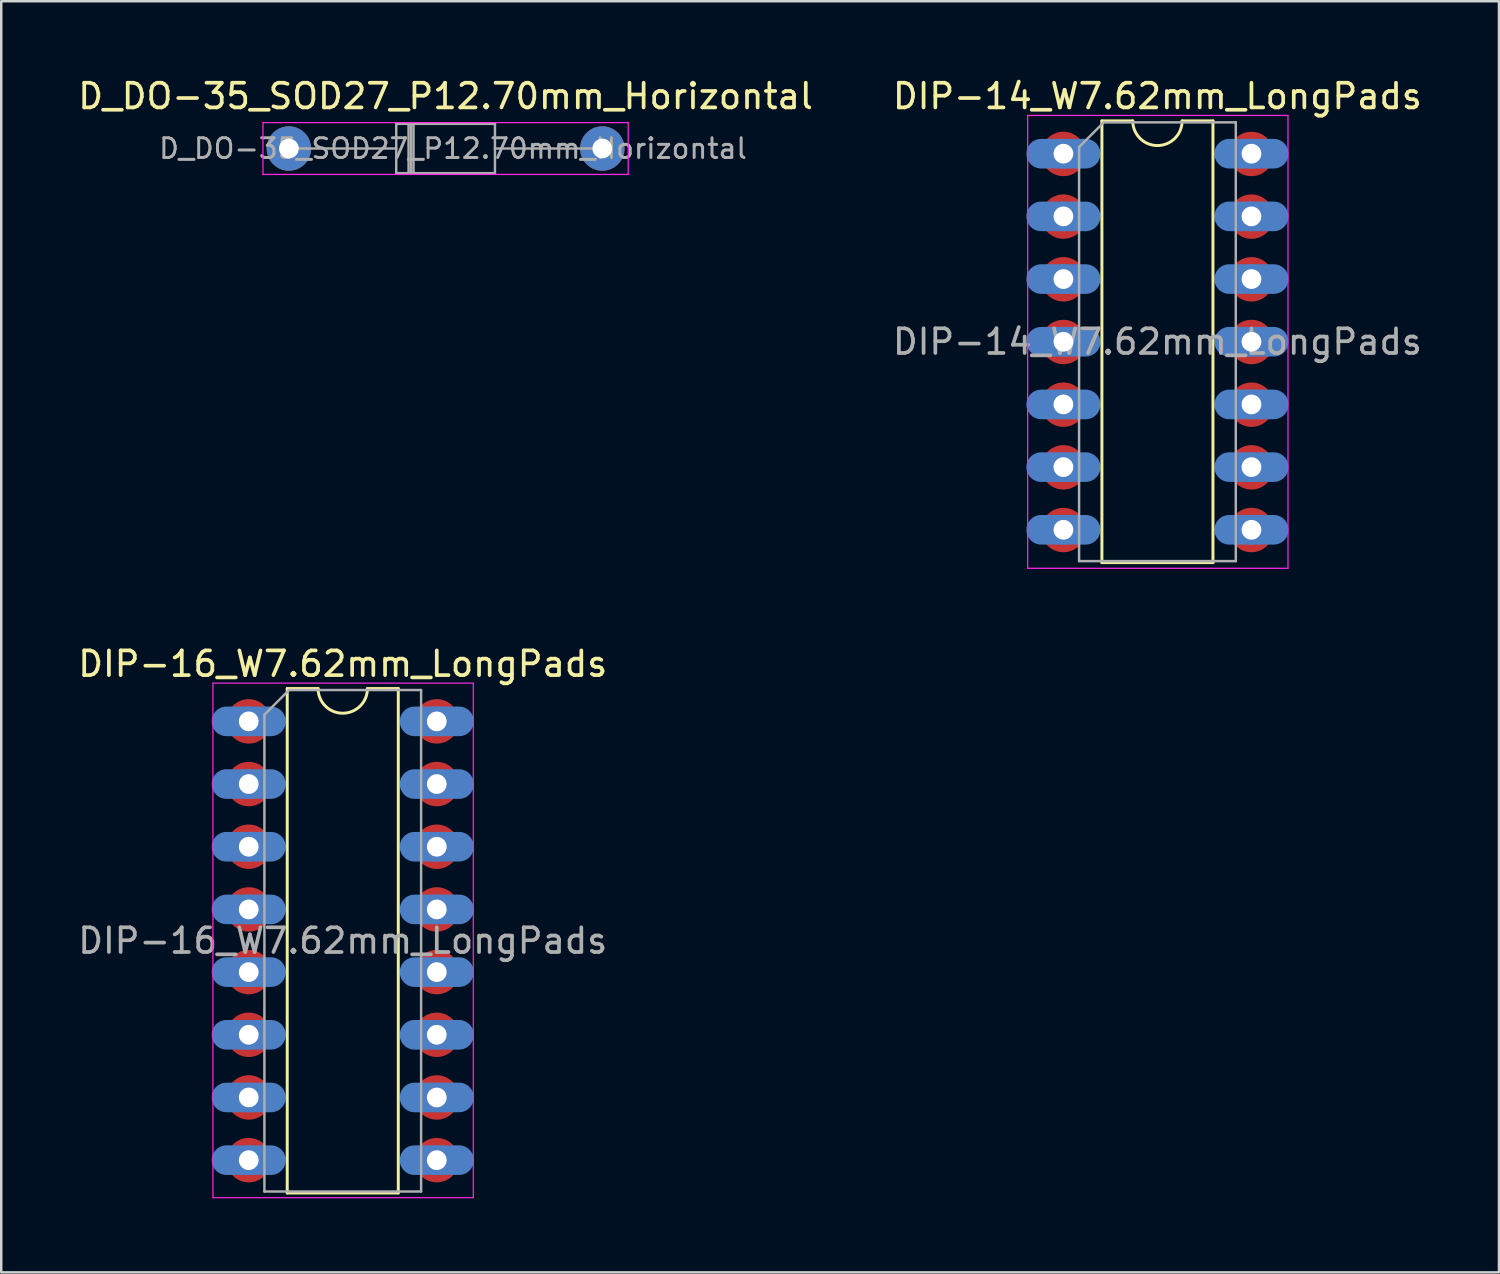
<source format=kicad_pcb>
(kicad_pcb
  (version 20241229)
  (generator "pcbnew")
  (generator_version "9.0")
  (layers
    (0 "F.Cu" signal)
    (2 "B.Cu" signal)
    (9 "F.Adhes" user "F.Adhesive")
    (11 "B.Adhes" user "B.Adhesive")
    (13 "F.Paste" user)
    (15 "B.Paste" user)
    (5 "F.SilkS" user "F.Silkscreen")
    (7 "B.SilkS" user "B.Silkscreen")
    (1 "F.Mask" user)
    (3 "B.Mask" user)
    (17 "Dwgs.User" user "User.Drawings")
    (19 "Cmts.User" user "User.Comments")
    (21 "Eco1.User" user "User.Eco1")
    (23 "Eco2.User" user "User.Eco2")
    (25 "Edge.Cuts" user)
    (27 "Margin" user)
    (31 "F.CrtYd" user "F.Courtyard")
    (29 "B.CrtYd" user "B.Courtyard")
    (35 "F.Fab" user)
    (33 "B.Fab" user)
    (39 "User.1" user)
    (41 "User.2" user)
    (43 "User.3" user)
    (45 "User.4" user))
  (footprint "D_DO-35_SOD27_P12.70mm_Horizontal"
    (layer "F.Cu")
    (at 8.656 2.968)
    (property "Reference" "D_DO-35_SOD27_P12.70mm_Horizontal" (at 6.35 -2.12 0) (layer "F.SilkS") (effects (font (size 1 1) (thickness 0.15))))
    (attr through_hole)
    (fp_line (start -1.05 -1.05) (end -1.05 1.05) (stroke (width 0.05) (type solid)) (layer "F.CrtYd"))
    (fp_line (start -1.05 1.05) (end 13.75 1.05) (stroke (width 0.05) (type solid)) (layer "F.CrtYd"))
    (fp_line (start 13.75 -1.05) (end -1.05 -1.05) (stroke (width 0.05) (type solid)) (layer "F.CrtYd"))
    (fp_line (start 13.75 1.05) (end 13.75 -1.05) (stroke (width 0.05) (type solid)) (layer "F.CrtYd"))
    (fp_line (start 0 0) (end 4.35 0) (stroke (width 0.1) (type solid)) (layer "F.Fab"))
    (fp_line (start 4.35 -1) (end 4.35 1) (stroke (width 0.1) (type solid)) (layer "F.Fab"))
    (fp_line (start 4.35 1) (end 8.35 1) (stroke (width 0.1) (type solid)) (layer "F.Fab"))
    (fp_line (start 4.85 -1) (end 4.85 1) (stroke (width 0.1) (type solid)) (layer "F.Fab"))
    (fp_line (start 4.95 -1) (end 4.95 1) (stroke (width 0.1) (type solid)) (layer "F.Fab"))
    (fp_line (start 5.05 -1) (end 5.05 1) (stroke (width 0.1) (type solid)) (layer "F.Fab"))
    (fp_line (start 8.35 -1) (end 4.35 -1) (stroke (width 0.1) (type solid)) (layer "F.Fab"))
    (fp_line (start 8.35 1) (end 8.35 -1) (stroke (width 0.1) (type solid)) (layer "F.Fab"))
    (fp_line (start 12.7 0) (end 8.35 0) (stroke (width 0.1) (type solid)) (layer "F.Fab"))
    (fp_text user "${REFERENCE}" (at 6.65 0 0) (layer "F.Fab") (effects (font (size 0.8 0.8) (thickness 0.12))))
    (pad "1" thru_hole circle (at 0 0) (size 1.8 1.8) (drill 0.8) (layers "*.Cu" "*.Mask"))
    (pad "2" thru_hole circle (at 12.7 0) (size 1.8 1.8) (drill 0.8) (layers "*.Cu" "*.Mask")))
  (footprint "DIP-14_W7.62mm_LongPads"
    (layer "F.Cu")
    (at 40.041 3.178)
    (property "Reference" "DIP-14_W7.62mm_LongPads" (at 3.81 -2.33 0) (layer "F.SilkS") (effects (font (size 1 1) (thickness 0.15))))
    (attr through_hole)
    (fp_line (start 1.56 -1.33) (end 1.56 16.57) (stroke (width 0.12) (type solid)) (layer "F.SilkS"))
    (fp_line (start 1.56 16.57) (end 6.06 16.57) (stroke (width 0.12) (type solid)) (layer "F.SilkS"))
    (fp_line (start 2.81 -1.33) (end 1.56 -1.33) (stroke (width 0.12) (type solid)) (layer "F.SilkS"))
    (fp_line (start 6.06 -1.33) (end 4.81 -1.33) (stroke (width 0.12) (type solid)) (layer "F.SilkS"))
    (fp_line (start 6.06 16.57) (end 6.06 -1.33) (stroke (width 0.12) (type solid)) (layer "F.SilkS"))
    (fp_arc (start 4.81 -1.33) (mid 3.81 -0.33) (end 2.81 -1.33) (stroke (width 0.12) (type solid)) (layer "F.SilkS"))
    (fp_line (start -1.45 -1.55) (end -1.45 16.8) (stroke (width 0.05) (type solid)) (layer "F.CrtYd"))
    (fp_line (start -1.45 16.8) (end 9.1 16.8) (stroke (width 0.05) (type solid)) (layer "F.CrtYd"))
    (fp_line (start 9.1 -1.55) (end -1.45 -1.55) (stroke (width 0.05) (type solid)) (layer "F.CrtYd"))
    (fp_line (start 9.1 16.8) (end 9.1 -1.55) (stroke (width 0.05) (type solid)) (layer "F.CrtYd"))
    (fp_line (start 0.635 -0.27) (end 1.635 -1.27) (stroke (width 0.1) (type solid)) (layer "F.Fab"))
    (fp_line (start 0.635 16.51) (end 0.635 -0.27) (stroke (width 0.1) (type solid)) (layer "F.Fab"))
    (fp_line (start 1.635 -1.27) (end 6.985 -1.27) (stroke (width 0.1) (type solid)) (layer "F.Fab"))
    (fp_line (start 6.985 -1.27) (end 6.985 16.51) (stroke (width 0.1) (type solid)) (layer "F.Fab"))
    (fp_line (start 6.985 16.51) (end 0.635 16.51) (stroke (width 0.1) (type solid)) (layer "F.Fab"))
    (fp_text user "${REFERENCE}" (at 3.81 7.62 0) (layer "F.Fab") (effects (font (size 1 1) (thickness 0.15))))
    (pad "1" thru_hole circle (at 0 0) (size 1.2 1.2) (drill 0.8) (layers "*.Cu" "*.Mask"))
    (pad "1" smd oval (at 0 0) (size 3 1.2) (layers "B.Cu"))
    (pad "1" smd circle (at 0 0.01) (size 1.8 1.8) (layers "F.Cu"))
    (pad "2" thru_hole circle (at 0 2.54) (size 1.2 1.2) (drill 0.8) (layers "*.Cu" "*.Mask"))
    (pad "2" smd oval (at 0 2.54) (size 3 1.2) (layers "B.Cu"))
    (pad "2" smd circle (at 0 2.55) (size 1.8 1.8) (layers "F.Cu"))
    (pad "3" thru_hole circle (at 0 5.08) (size 1.2 1.2) (drill 0.8) (layers "*.Cu" "*.Mask"))
    (pad "3" smd oval (at 0 5.08) (size 3 1.2) (layers "B.Cu"))
    (pad "3" smd circle (at 0 5.09) (size 1.8 1.8) (layers "F.Cu"))
    (pad "4" thru_hole circle (at 0 7.62) (size 1.2 1.2) (drill 0.8) (layers "*.Cu" "*.Mask"))
    (pad "4" smd oval (at 0 7.62) (size 3 1.2) (layers "B.Cu"))
    (pad "4" smd circle (at 0 7.63) (size 1.8 1.8) (layers "F.Cu"))
    (pad "5" thru_hole circle (at 0 10.16) (size 1.2 1.2) (drill 0.8) (layers "*.Cu" "*.Mask"))
    (pad "5" smd oval (at 0 10.16) (size 3 1.2) (layers "B.Cu"))
    (pad "5" smd circle (at 0 10.17) (size 1.8 1.8) (layers "F.Cu"))
    (pad "6" thru_hole circle (at 0 12.7) (size 1.2 1.2) (drill 0.8) (layers "*.Cu" "*.Mask"))
    (pad "6" smd oval (at 0 12.7) (size 3 1.2) (layers "B.Cu"))
    (pad "6" smd circle (at 0 12.71) (size 1.8 1.8) (layers "F.Cu"))
    (pad "7" thru_hole circle (at 0 15.24) (size 1.2 1.2) (drill 0.8) (layers "*.Cu" "*.Mask"))
    (pad "7" smd oval (at 0 15.24) (size 3 1.2) (layers "B.Cu"))
    (pad "7" smd circle (at 0 15.25) (size 1.8 1.8) (layers "F.Cu"))
    (pad "8" thru_hole circle (at 7.62 15.24) (size 1.2 1.2) (drill 0.8) (layers "*.Cu" "*.Mask"))
    (pad "8" smd oval (at 7.62 15.24) (size 3 1.2) (layers "B.Cu"))
    (pad "8" smd circle (at 7.62 15.25) (size 1.8 1.8) (layers "F.Cu"))
    (pad "9" thru_hole circle (at 7.62 12.7) (size 1.2 1.2) (drill 0.8) (layers "*.Cu" "*.Mask"))
    (pad "9" smd oval (at 7.62 12.7) (size 3 1.2) (layers "B.Cu"))
    (pad "9" smd circle (at 7.62 12.71) (size 1.8 1.8) (layers "F.Cu"))
    (pad "10" thru_hole circle (at 7.62 10.16) (size 1.2 1.2) (drill 0.8) (layers "*.Cu" "*.Mask"))
    (pad "10" smd oval (at 7.62 10.16) (size 3 1.2) (layers "B.Cu"))
    (pad "10" smd circle (at 7.62 10.17) (size 1.8 1.8) (layers "F.Cu"))
    (pad "11" thru_hole circle (at 7.62 7.62) (size 1.2 1.2) (drill 0.8) (layers "*.Cu" "*.Mask"))
    (pad "11" smd oval (at 7.62 7.62) (size 3 1.2) (layers "B.Cu"))
    (pad "11" smd circle (at 7.62 7.63) (size 1.8 1.8) (layers "F.Cu"))
    (pad "12" thru_hole circle (at 7.62 5.08) (size 1.2 1.2) (drill 0.8) (layers "*.Cu" "*.Mask"))
    (pad "12" smd oval (at 7.62 5.08) (size 3 1.2) (layers "B.Cu"))
    (pad "12" smd circle (at 7.62 5.09) (size 1.8 1.8) (layers "F.Cu"))
    (pad "13" thru_hole circle (at 7.62 2.54) (size 1.2 1.2) (drill 0.8) (layers "*.Cu" "*.Mask"))
    (pad "13" smd oval (at 7.62 2.54) (size 3 1.2) (layers "B.Cu"))
    (pad "13" smd circle (at 7.62 2.55) (size 1.8 1.8) (layers "F.Cu"))
    (pad "14" thru_hole circle (at 7.62 0) (size 1.2 1.2) (drill 0.8) (layers "*.Cu" "*.Mask"))
    (pad "14" smd oval (at 7.62 0) (size 3 1.2) (layers "B.Cu"))
    (pad "14" smd circle (at 7.62 0.01) (size 1.8 1.8) (layers "F.Cu")))
  (footprint "DIP-16_W7.62mm_LongPads"
    (layer "F.Cu")
    (at 7.029 26.181)
    (property "Reference" "DIP-16_W7.62mm_LongPads" (at 3.81 -2.33 0) (layer "F.SilkS") (effects (font (size 1 1) (thickness 0.15))))
    (attr through_hole)
    (fp_line (start 1.56 -1.33) (end 1.56 19.11) (stroke (width 0.12) (type solid)) (layer "F.SilkS"))
    (fp_line (start 1.56 19.11) (end 6.06 19.11) (stroke (width 0.12) (type solid)) (layer "F.SilkS"))
    (fp_line (start 2.81 -1.33) (end 1.56 -1.33) (stroke (width 0.12) (type solid)) (layer "F.SilkS"))
    (fp_line (start 6.06 -1.33) (end 4.81 -1.33) (stroke (width 0.12) (type solid)) (layer "F.SilkS"))
    (fp_line (start 6.06 19.11) (end 6.06 -1.33) (stroke (width 0.12) (type solid)) (layer "F.SilkS"))
    (fp_arc (start 4.81 -1.33) (mid 3.81 -0.33) (end 2.81 -1.33) (stroke (width 0.12) (type solid)) (layer "F.SilkS"))
    (fp_line (start -1.45 -1.55) (end -1.45 19.3) (stroke (width 0.05) (type solid)) (layer "F.CrtYd"))
    (fp_line (start -1.45 19.3) (end 9.1 19.3) (stroke (width 0.05) (type solid)) (layer "F.CrtYd"))
    (fp_line (start 9.1 -1.55) (end -1.45 -1.55) (stroke (width 0.05) (type solid)) (layer "F.CrtYd"))
    (fp_line (start 9.1 19.3) (end 9.1 -1.55) (stroke (width 0.05) (type solid)) (layer "F.CrtYd"))
    (fp_line (start 0.635 -0.27) (end 1.635 -1.27) (stroke (width 0.1) (type solid)) (layer "F.Fab"))
    (fp_line (start 0.635 19.05) (end 0.635 -0.27) (stroke (width 0.1) (type solid)) (layer "F.Fab"))
    (fp_line (start 1.635 -1.27) (end 6.985 -1.27) (stroke (width 0.1) (type solid)) (layer "F.Fab"))
    (fp_line (start 6.985 -1.27) (end 6.985 19.05) (stroke (width 0.1) (type solid)) (layer "F.Fab"))
    (fp_line (start 6.985 19.05) (end 0.635 19.05) (stroke (width 0.1) (type solid)) (layer "F.Fab"))
    (fp_text user "${REFERENCE}" (at 3.81 8.89 0) (layer "F.Fab") (effects (font (size 1 1) (thickness 0.15))))
    (pad "1" thru_hole circle (at 0 0) (size 1.2 1.2) (drill 0.8) (layers "*.Cu" "*.Mask"))
    (pad "1" smd circle (at 0 0) (size 1.8 1.8) (layers "F.Cu" "F.Mask"))
    (pad "1" smd oval (at 0 0) (size 3 1.2) (layers "B.Cu" "B.Mask"))
    (pad "2" thru_hole circle (at 0 2.54) (size 1.2 1.2) (drill 0.8) (layers "*.Cu" "*.Mask"))
    (pad "2" smd circle (at 0 2.54) (size 1.8 1.8) (layers "F.Cu" "F.Mask"))
    (pad "2" smd oval (at 0 2.54) (size 3 1.2) (layers "B.Cu" "B.Mask"))
    (pad "3" thru_hole circle (at 0 5.08) (size 1.2 1.2) (drill 0.8) (layers "*.Cu" "*.Mask"))
    (pad "3" smd circle (at 0 5.08) (size 1.8 1.8) (layers "F.Cu" "F.Mask"))
    (pad "3" smd oval (at 0 5.08) (size 3 1.2) (layers "B.Cu" "B.Mask"))
    (pad "4" thru_hole circle (at 0 7.62) (size 1.2 1.2) (drill 0.8) (layers "*.Cu" "*.Mask"))
    (pad "4" smd circle (at 0 7.62) (size 1.8 1.8) (layers "F.Cu" "F.Mask"))
    (pad "4" smd oval (at 0 7.62) (size 3 1.2) (layers "B.Cu" "B.Mask"))
    (pad "5" thru_hole circle (at 0 10.16) (size 1.2 1.2) (drill 0.8) (layers "*.Cu" "*.Mask"))
    (pad "5" smd circle (at 0 10.16) (size 1.8 1.8) (layers "F.Cu" "F.Mask"))
    (pad "5" smd oval (at 0 10.16) (size 3 1.2) (layers "B.Cu" "B.Mask"))
    (pad "6" thru_hole circle (at 0 12.7) (size 1.2 1.2) (drill 0.8) (layers "*.Cu" "*.Mask"))
    (pad "6" smd circle (at 0 12.7) (size 1.8 1.8) (layers "F.Cu" "F.Mask"))
    (pad "6" smd oval (at 0 12.7) (size 3 1.2) (layers "B.Cu" "B.Mask"))
    (pad "7" thru_hole circle (at 0 15.24) (size 1.2 1.2) (drill 0.8) (layers "*.Cu" "*.Mask"))
    (pad "7" smd circle (at 0 15.24) (size 1.8 1.8) (layers "F.Cu" "F.Mask"))
    (pad "7" smd oval (at 0 15.24) (size 3 1.2) (layers "B.Cu" "B.Mask"))
    (pad "8" thru_hole circle (at 0 17.78) (size 1.2 1.2) (drill 0.8) (layers "*.Cu" "*.Mask"))
    (pad "8" smd circle (at 0 17.78) (size 1.8 1.8) (layers "F.Cu" "F.Mask"))
    (pad "8" smd oval (at 0 17.78) (size 3 1.2) (layers "B.Cu" "B.Mask"))
    (pad "9" thru_hole circle (at 7.62 17.78) (size 1.2 1.2) (drill 0.8) (layers "*.Cu" "*.Mask"))
    (pad "9" smd circle (at 7.62 17.78) (size 1.8 1.8) (layers "F.Cu" "F.Mask"))
    (pad "9" smd oval (at 7.62 17.78) (size 3 1.2) (layers "B.Cu" "B.Mask"))
    (pad "10" thru_hole circle (at 7.62 15.24) (size 1.2 1.2) (drill 0.8) (layers "*.Cu" "*.Mask"))
    (pad "10" smd circle (at 7.62 15.24) (size 1.8 1.8) (layers "F.Cu" "F.Mask"))
    (pad "10" smd oval (at 7.62 15.24) (size 3 1.2) (layers "B.Cu" "B.Mask"))
    (pad "11" thru_hole circle (at 7.62 12.7) (size 1.2 1.2) (drill 0.8) (layers "*.Cu" "*.Mask"))
    (pad "11" smd circle (at 7.62 12.7) (size 1.8 1.8) (layers "F.Cu" "F.Mask"))
    (pad "11" smd oval (at 7.62 12.7) (size 3 1.2) (layers "B.Cu" "B.Mask"))
    (pad "12" thru_hole circle (at 7.62 10.16) (size 1.2 1.2) (drill 0.8) (layers "*.Cu" "*.Mask"))
    (pad "12" smd circle (at 7.62 10.16) (size 1.8 1.8) (layers "F.Cu" "F.Mask"))
    (pad "12" smd oval (at 7.62 10.16) (size 3 1.2) (layers "B.Cu" "B.Mask"))
    (pad "13" thru_hole circle (at 7.62 7.62) (size 1.2 1.2) (drill 0.8) (layers "*.Cu" "*.Mask"))
    (pad "13" smd circle (at 7.62 7.62) (size 1.8 1.8) (layers "F.Cu" "F.Mask"))
    (pad "13" smd oval (at 7.62 7.62) (size 3 1.2) (layers "B.Cu" "B.Mask"))
    (pad "14" thru_hole circle (at 7.62 5.08) (size 1.2 1.2) (drill 0.8) (layers "*.Cu" "*.Mask"))
    (pad "14" smd circle (at 7.62 5.08) (size 1.8 1.8) (layers "F.Cu" "F.Mask"))
    (pad "14" smd oval (at 7.62 5.08) (size 3 1.2) (layers "B.Cu" "B.Mask"))
    (pad "15" thru_hole circle (at 7.62 2.54) (size 1.2 1.2) (drill 0.8) (layers "*.Cu" "*.Mask"))
    (pad "15" smd circle (at 7.62 2.54) (size 1.8 1.8) (layers "F.Cu" "F.Mask"))
    (pad "15" smd oval (at 7.62 2.54) (size 3 1.2) (layers "B.Cu" "B.Mask"))
    (pad "16" thru_hole circle (at 7.62 0) (size 1.2 1.2) (drill 0.8) (layers "*.Cu" "*.Mask"))
    (pad "16" smd circle (at 7.62 0) (size 1.8 1.8) (layers "F.Cu" "F.Mask"))
    (pad "16" smd oval (at 7.62 0) (size 3 1.2) (layers "B.Cu" "B.Mask")))
  (gr_rect
    (start -3 -3)
    (end 57.69 48.507)
    (stroke (width 0.1) (type default))
    (fill no)
    (layer "Edge.Cuts")))
</source>
